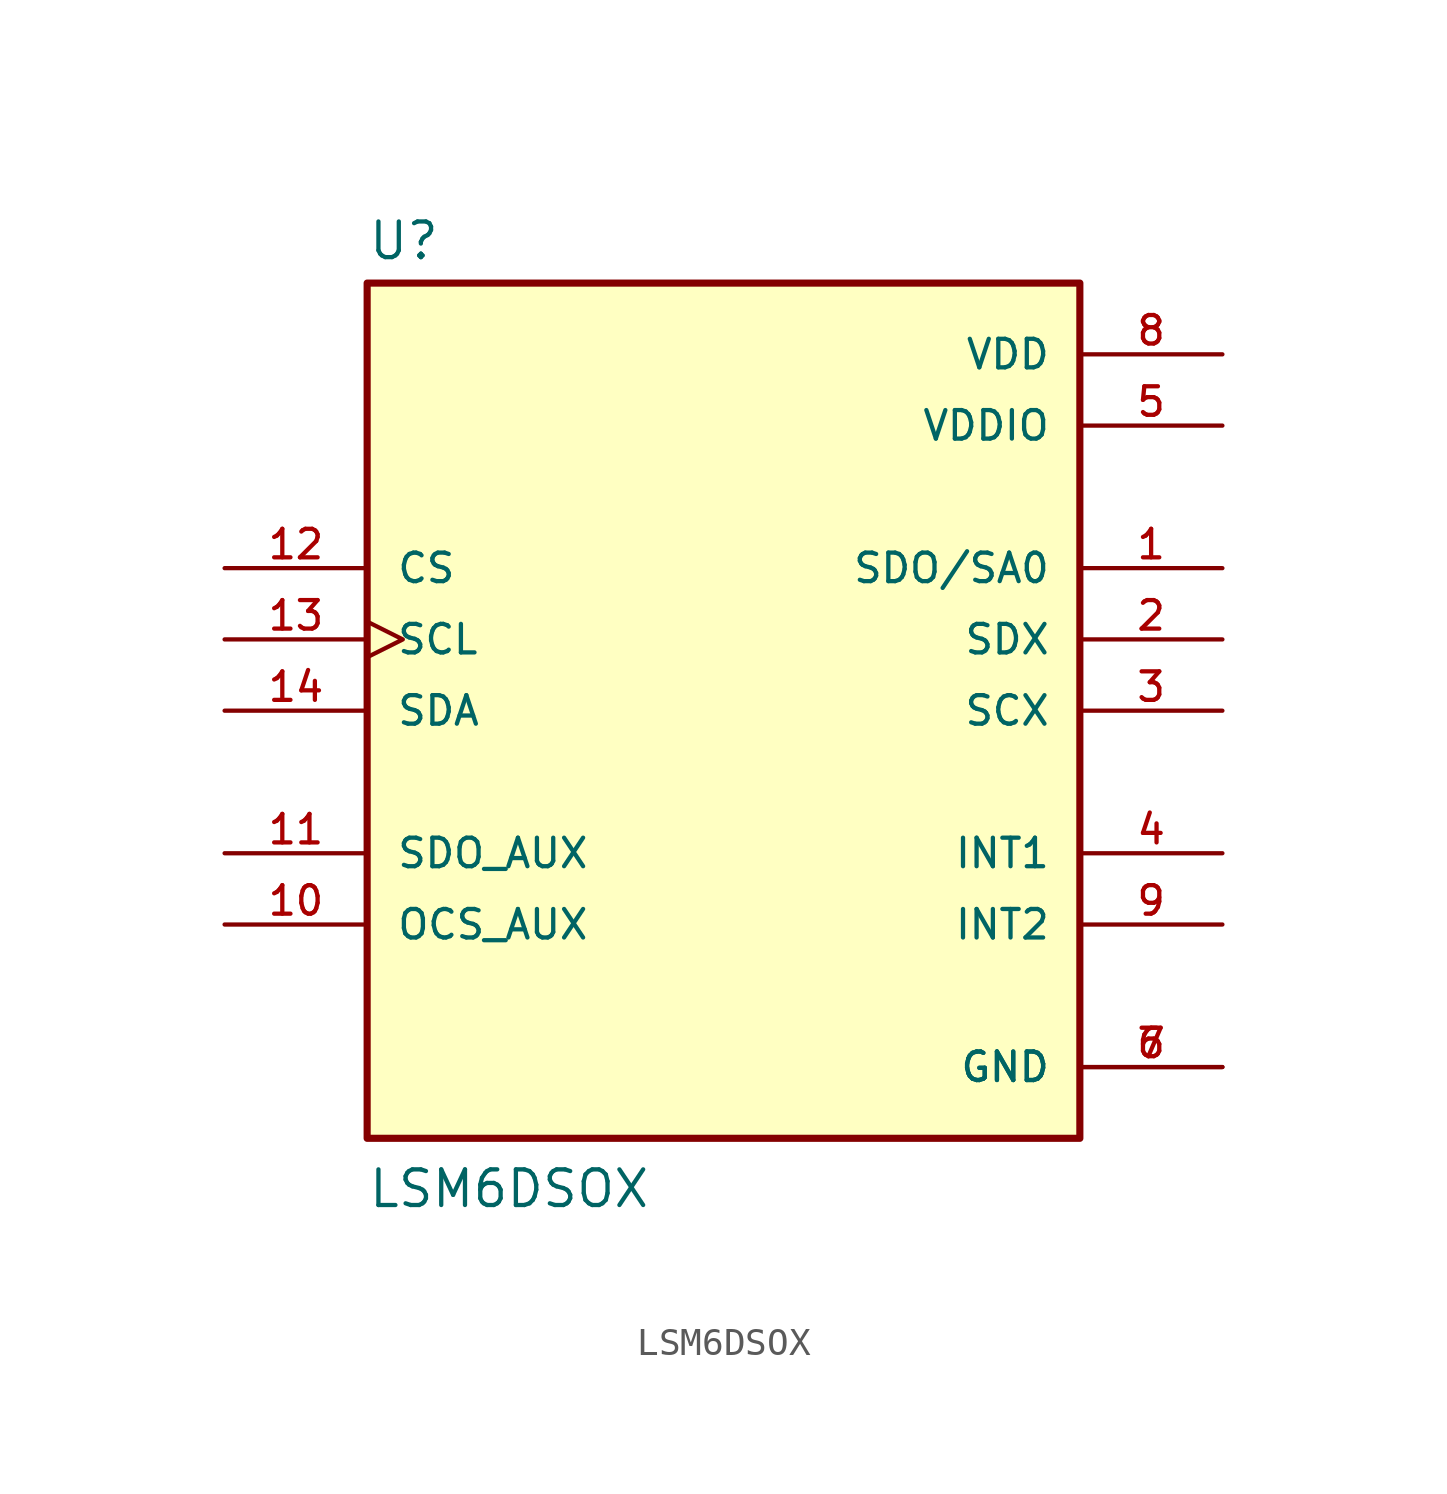
<source format=kicad_sym>
(kicad_symbol_lib
  (version 20211014)
  (generator kicad_symbol_editor)
  (symbol "LSM6DSOX"
    (pin_names
      (offset 1.016))
    (property "Reference" "U"
      (at -12.7 16.002 0)
      (effects (font (size 1.27 1.27)) (justify bottom left)))
    (property "Value" "LSM6DSOX"
      (at -12.7 -17.78 0)
      (effects (font (size 1.27 1.27)) (justify bottom left)))
    (symbol "LSM6DSOX_0_0"
      (rectangle (start -12.7 -15.24) (end 12.7 15.24) (stroke (width 0.254)) (fill (type background)))
      (pin bidirectional line (at -17.78 -5.08 0) (length 5.08) (name "SDO_AUX" (effects (font (size 1.016 1.016)))) (number "11" (effects (font (size 1.016 1.016)))))
      (pin bidirectional line (at -17.78 -7.62 0) (length 5.08) (name "OCS_AUX" (effects (font (size 1.016 1.016)))) (number "10" (effects (font (size 1.016 1.016)))))
      (pin output line (at 17.78 -7.62 180.0) (length 5.08) (name "INT2" (effects (font (size 1.016 1.016)))) (number "9" (effects (font (size 1.016 1.016)))))
      (pin output line (at 17.78 -5.08 180.0) (length 5.08) (name "INT1" (effects (font (size 1.016 1.016)))) (number "4" (effects (font (size 1.016 1.016)))))
      (pin power_in line (at 17.78 12.7 180.0) (length 5.08) (name "VDD" (effects (font (size 1.016 1.016)))) (number "8" (effects (font (size 1.016 1.016)))))
      (pin bidirectional line (at 17.78 2.54 180.0) (length 5.08) (name "SDX" (effects (font (size 1.016 1.016)))) (number "2" (effects (font (size 1.016 1.016)))))
      (pin power_in line (at 17.78 -12.7 180.0) (length 5.08) (name "GND" (effects (font (size 1.016 1.016)))) (number "6" (effects (font (size 1.016 1.016)))))
      (pin power_in line (at 17.78 -12.7 180.0) (length 5.08) (name "GND" (effects (font (size 1.016 1.016)))) (number "7" (effects (font (size 1.016 1.016)))))
      (pin bidirectional line (at 17.78 0.0 180.0) (length 5.08) (name "SCX" (effects (font (size 1.016 1.016)))) (number "3" (effects (font (size 1.016 1.016)))))
      (pin bidirectional line (at -17.78 0.0 0) (length 5.08) (name "SDA" (effects (font (size 1.016 1.016)))) (number "14" (effects (font (size 1.016 1.016)))))
      (pin input clock (at -17.78 2.54 0) (length 5.08) (name "SCL" (effects (font (size 1.016 1.016)))) (number "13" (effects (font (size 1.016 1.016)))))
      (pin input line (at -17.78 5.08 0) (length 5.08) (name "CS" (effects (font (size 1.016 1.016)))) (number "12" (effects (font (size 1.016 1.016)))))
      (pin power_in line (at 17.78 10.16 180.0) (length 5.08) (name "VDDIO" (effects (font (size 1.016 1.016)))) (number "5" (effects (font (size 1.016 1.016)))))
      (pin bidirectional line (at 17.78 5.08 180.0) (length 5.08) (name "SDO/SA0" (effects (font (size 1.016 1.016)))) (number "1" (effects (font (size 1.016 1.016))))))))
</source>
